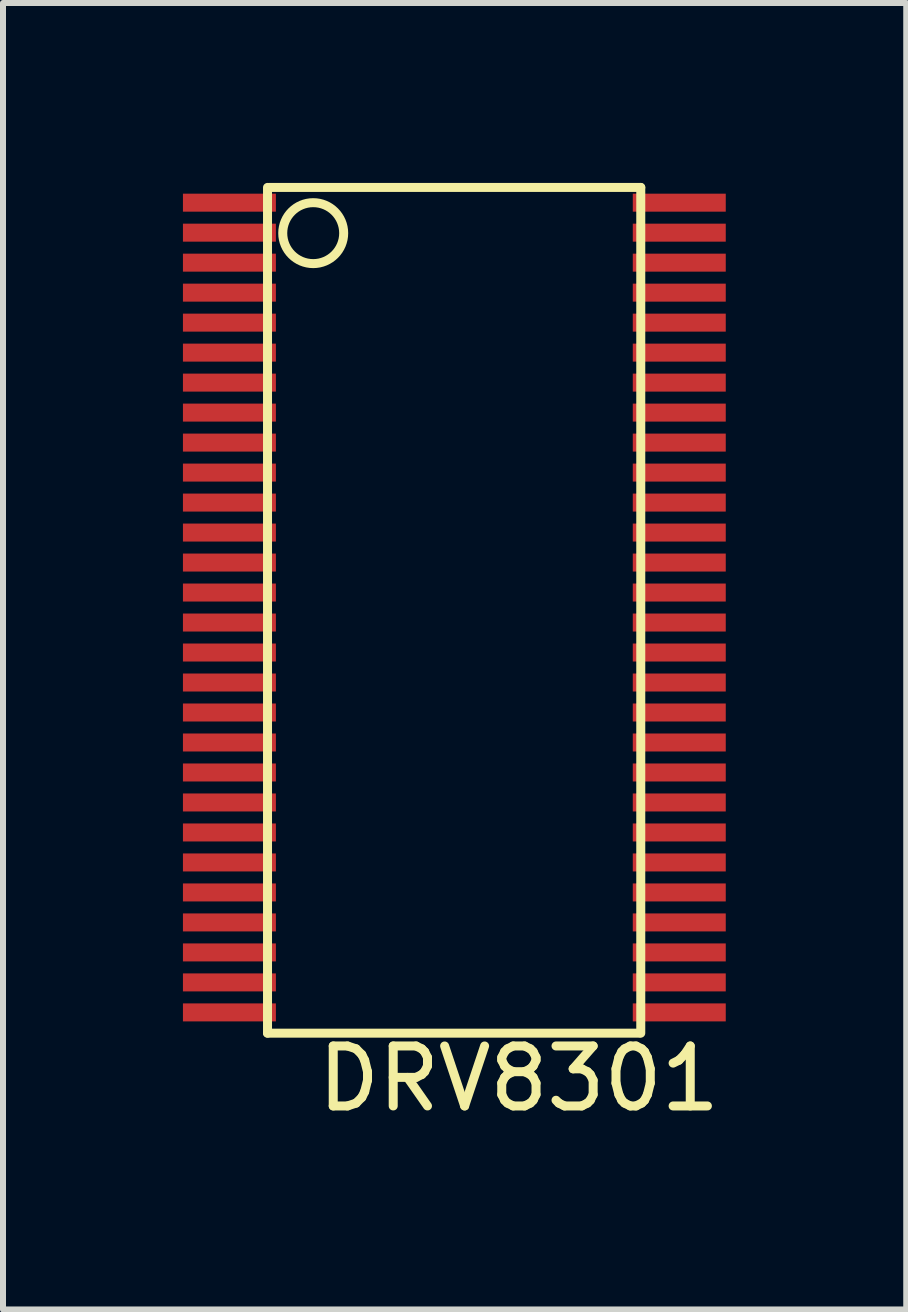
<source format=kicad_pcb>
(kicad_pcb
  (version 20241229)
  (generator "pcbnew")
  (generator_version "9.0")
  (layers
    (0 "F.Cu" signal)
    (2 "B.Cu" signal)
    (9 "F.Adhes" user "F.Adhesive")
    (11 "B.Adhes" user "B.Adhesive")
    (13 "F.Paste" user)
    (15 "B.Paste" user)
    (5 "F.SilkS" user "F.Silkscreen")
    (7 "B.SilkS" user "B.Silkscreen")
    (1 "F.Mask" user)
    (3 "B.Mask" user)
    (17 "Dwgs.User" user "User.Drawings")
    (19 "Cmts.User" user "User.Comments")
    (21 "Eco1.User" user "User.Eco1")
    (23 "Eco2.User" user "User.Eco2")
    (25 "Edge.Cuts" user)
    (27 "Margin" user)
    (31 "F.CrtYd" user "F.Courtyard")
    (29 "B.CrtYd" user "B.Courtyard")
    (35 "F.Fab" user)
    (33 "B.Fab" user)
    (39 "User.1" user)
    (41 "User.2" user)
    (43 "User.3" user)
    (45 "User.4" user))
  (footprint "DRV8301"
    (layer "F.Cu")
    (at 4.585 7.06)
    (property "Reference" "DRV8301" (at 1.016 7.874 0) (layer "F.SilkS") (effects (font (size 1 1) (thickness 0.15))))
    (attr through_hole)
    (fp_line (start -3.175 -6.985) (end -3.175 7.115) (stroke (width 0.15) (type solid)) (layer "F.SilkS"))
    (fp_line (start -3.175 7.115) (end 3.025 7.115) (stroke (width 0.15) (type solid)) (layer "F.SilkS"))
    (fp_line (start -3.152 -6.985) (end 3.048 -6.985) (stroke (width 0.15) (type solid)) (layer "F.SilkS"))
    (fp_line (start 3.048 -6.985) (end 3.048 7.115) (stroke (width 0.15) (type solid)) (layer "F.SilkS"))
    (fp_circle (center -2.413 -6.223) (end -2.921 -6.223) (stroke (width 0.15) (type solid)) (fill no) (layer "F.SilkS"))
    (pad "1" smd rect (at -3.81 -6.731) (size 1.55 0.3) (layers "F.Cu" "F.Mask" "F.Paste"))
    (pad "2" smd rect (at -3.81 -6.231) (size 1.55 0.3) (layers "F.Cu" "F.Mask" "F.Paste"))
    (pad "3" smd rect (at -3.81 -5.731) (size 1.55 0.3) (layers "F.Cu" "F.Mask" "F.Paste"))
    (pad "4" smd rect (at -3.81 -5.231) (size 1.55 0.3) (layers "F.Cu" "F.Mask" "F.Paste"))
    (pad "5" smd rect (at -3.81 -4.731) (size 1.55 0.3) (layers "F.Cu" "F.Mask" "F.Paste"))
    (pad "6" smd rect (at -3.81 -4.231) (size 1.55 0.3) (layers "F.Cu" "F.Mask" "F.Paste"))
    (pad "7" smd rect (at -3.81 -3.731) (size 1.55 0.3) (layers "F.Cu" "F.Mask" "F.Paste"))
    (pad "8" smd rect (at -3.81 -3.231) (size 1.55 0.3) (layers "F.Cu" "F.Mask" "F.Paste"))
    (pad "9" smd rect (at -3.81 -2.731) (size 1.55 0.3) (layers "F.Cu" "F.Mask" "F.Paste"))
    (pad "10" smd rect (at -3.81 -2.231) (size 1.55 0.3) (layers "F.Cu" "F.Mask" "F.Paste"))
    (pad "11" smd rect (at -3.81 -1.731) (size 1.55 0.3) (layers "F.Cu" "F.Mask" "F.Paste"))
    (pad "12" smd rect (at -3.81 -1.231) (size 1.55 0.3) (layers "F.Cu" "F.Mask" "F.Paste"))
    (pad "13" smd rect (at -3.81 -0.731) (size 1.55 0.3) (layers "F.Cu" "F.Mask" "F.Paste"))
    (pad "14" smd rect (at -3.81 -0.231) (size 1.55 0.3) (layers "F.Cu" "F.Mask" "F.Paste"))
    (pad "15" smd rect (at -3.81 0.269) (size 1.55 0.3) (layers "F.Cu" "F.Mask" "F.Paste"))
    (pad "16" smd rect (at -3.81 0.769) (size 1.55 0.3) (layers "F.Cu" "F.Mask" "F.Paste"))
    (pad "17" smd rect (at -3.81 1.269) (size 1.55 0.3) (layers "F.Cu" "F.Mask" "F.Paste"))
    (pad "18" smd rect (at -3.81 1.769) (size 1.55 0.3) (layers "F.Cu" "F.Mask" "F.Paste"))
    (pad "19" smd rect (at -3.81 2.269) (size 1.55 0.3) (layers "F.Cu" "F.Mask" "F.Paste"))
    (pad "20" smd rect (at -3.81 2.769) (size 1.55 0.3) (layers "F.Cu" "F.Mask" "F.Paste"))
    (pad "21" smd rect (at -3.81 3.269) (size 1.55 0.3) (layers "F.Cu" "F.Mask" "F.Paste"))
    (pad "22" smd rect (at -3.81 3.769) (size 1.55 0.3) (layers "F.Cu" "F.Mask" "F.Paste"))
    (pad "23" smd rect (at -3.81 4.269) (size 1.55 0.3) (layers "F.Cu" "F.Mask" "F.Paste"))
    (pad "24" smd rect (at -3.81 4.769) (size 1.55 0.3) (layers "F.Cu" "F.Mask" "F.Paste"))
    (pad "25" smd rect (at -3.81 5.269) (size 1.55 0.3) (layers "F.Cu" "F.Mask" "F.Paste"))
    (pad "26" smd rect (at -3.81 5.769) (size 1.55 0.3) (layers "F.Cu" "F.Mask" "F.Paste"))
    (pad "27" smd rect (at -3.81 6.269) (size 1.55 0.3) (layers "F.Cu" "F.Mask" "F.Paste"))
    (pad "28" smd rect (at -3.81 6.769) (size 1.55 0.3) (layers "F.Cu" "F.Mask" "F.Paste"))
    (pad "29" smd rect (at 3.69 6.769) (size 1.55 0.3) (layers "F.Cu" "F.Mask" "F.Paste"))
    (pad "30" smd rect (at 3.69 6.269) (size 1.55 0.3) (layers "F.Cu" "F.Mask" "F.Paste"))
    (pad "31" smd rect (at 3.69 5.769) (size 1.55 0.3) (layers "F.Cu" "F.Mask" "F.Paste"))
    (pad "32" smd rect (at 3.69 5.269) (size 1.55 0.3) (layers "F.Cu" "F.Mask" "F.Paste"))
    (pad "33" smd rect (at 3.69 4.769) (size 1.55 0.3) (layers "F.Cu" "F.Mask" "F.Paste"))
    (pad "34" smd rect (at 3.69 4.269) (size 1.55 0.3) (layers "F.Cu" "F.Mask" "F.Paste"))
    (pad "35" smd rect (at 3.69 3.769) (size 1.55 0.3) (layers "F.Cu" "F.Mask" "F.Paste"))
    (pad "36" smd rect (at 3.69 3.269) (size 1.55 0.3) (layers "F.Cu" "F.Mask" "F.Paste"))
    (pad "37" smd rect (at 3.69 2.769) (size 1.55 0.3) (layers "F.Cu" "F.Mask" "F.Paste"))
    (pad "38" smd rect (at 3.69 2.269) (size 1.55 0.3) (layers "F.Cu" "F.Mask" "F.Paste"))
    (pad "39" smd rect (at 3.69 1.769) (size 1.55 0.3) (layers "F.Cu" "F.Mask" "F.Paste"))
    (pad "40" smd rect (at 3.69 1.269) (size 1.55 0.3) (layers "F.Cu" "F.Mask" "F.Paste"))
    (pad "41" smd rect (at 3.69 0.769) (size 1.55 0.3) (layers "F.Cu" "F.Mask" "F.Paste"))
    (pad "42" smd rect (at 3.69 0.269) (size 1.55 0.3) (layers "F.Cu" "F.Mask" "F.Paste"))
    (pad "43" smd rect (at 3.69 -0.231) (size 1.55 0.3) (layers "F.Cu" "F.Mask" "F.Paste"))
    (pad "44" smd rect (at 3.69 -0.731) (size 1.55 0.3) (layers "F.Cu" "F.Mask" "F.Paste"))
    (pad "45" smd rect (at 3.69 -1.231) (size 1.55 0.3) (layers "F.Cu" "F.Mask" "F.Paste"))
    (pad "46" smd rect (at 3.69 -1.731) (size 1.55 0.3) (layers "F.Cu" "F.Mask" "F.Paste"))
    (pad "47" smd rect (at 3.69 -2.231) (size 1.55 0.3) (layers "F.Cu" "F.Mask" "F.Paste"))
    (pad "48" smd rect (at 3.69 -2.731) (size 1.55 0.3) (layers "F.Cu" "F.Mask" "F.Paste"))
    (pad "49" smd rect (at 3.69 -3.231) (size 1.55 0.3) (layers "F.Cu" "F.Mask" "F.Paste"))
    (pad "50" smd rect (at 3.69 -3.731) (size 1.55 0.3) (layers "F.Cu" "F.Mask" "F.Paste"))
    (pad "51" smd rect (at 3.69 -4.231) (size 1.55 0.3) (layers "F.Cu" "F.Mask" "F.Paste"))
    (pad "52" smd rect (at 3.69 -4.731) (size 1.55 0.3) (layers "F.Cu" "F.Mask" "F.Paste"))
    (pad "53" smd rect (at 3.69 -5.231) (size 1.55 0.3) (layers "F.Cu" "F.Mask" "F.Paste"))
    (pad "54" smd rect (at 3.69 -5.731) (size 1.55 0.3) (layers "F.Cu" "F.Mask" "F.Paste"))
    (pad "55" smd rect (at 3.69 -6.231) (size 1.55 0.3) (layers "F.Cu" "F.Mask" "F.Paste"))
    (pad "56" smd rect (at 3.69 -6.731) (size 1.55 0.3) (layers "F.Cu" "F.Mask" "F.Paste")))
  (gr_rect
    (start -3 -3)
    (end 12.059 18.782)
    (stroke (width 0.1) (type default))
    (fill no)
    (layer "Edge.Cuts")))
</source>
